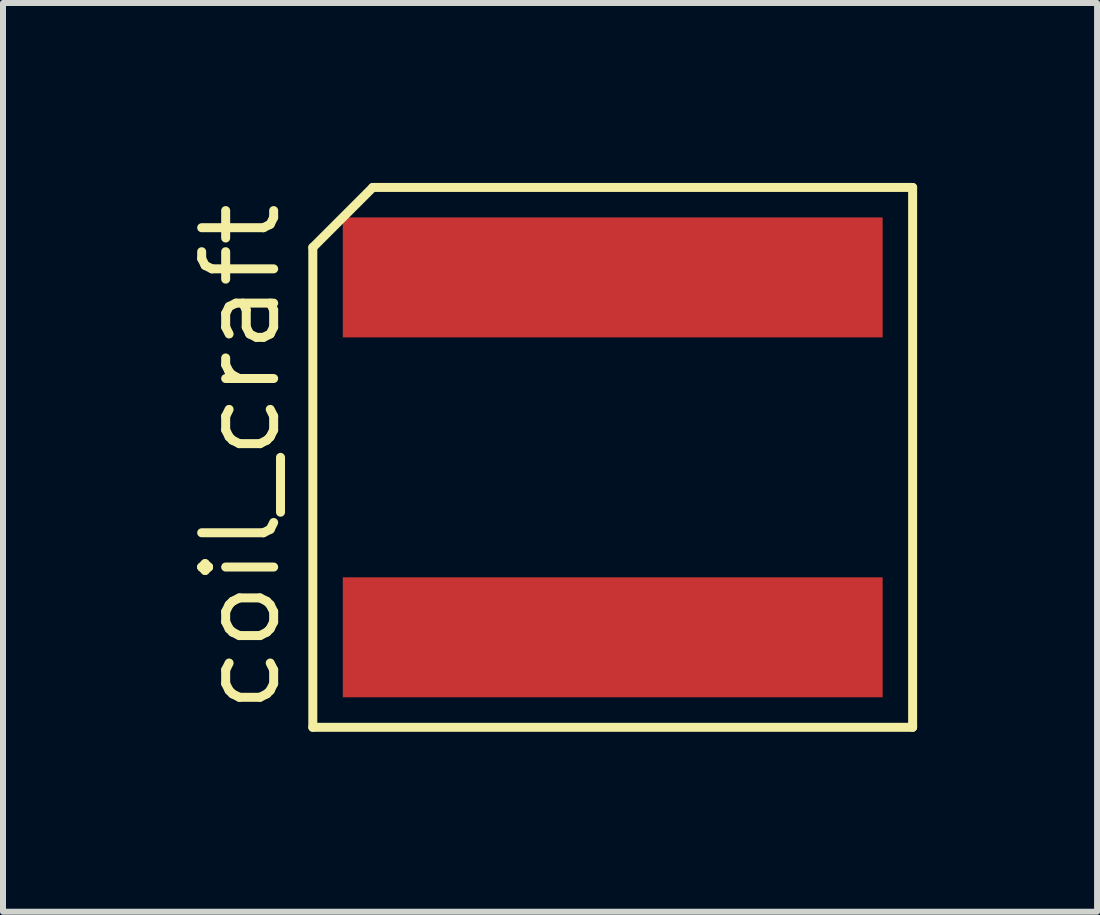
<source format=kicad_pcb>
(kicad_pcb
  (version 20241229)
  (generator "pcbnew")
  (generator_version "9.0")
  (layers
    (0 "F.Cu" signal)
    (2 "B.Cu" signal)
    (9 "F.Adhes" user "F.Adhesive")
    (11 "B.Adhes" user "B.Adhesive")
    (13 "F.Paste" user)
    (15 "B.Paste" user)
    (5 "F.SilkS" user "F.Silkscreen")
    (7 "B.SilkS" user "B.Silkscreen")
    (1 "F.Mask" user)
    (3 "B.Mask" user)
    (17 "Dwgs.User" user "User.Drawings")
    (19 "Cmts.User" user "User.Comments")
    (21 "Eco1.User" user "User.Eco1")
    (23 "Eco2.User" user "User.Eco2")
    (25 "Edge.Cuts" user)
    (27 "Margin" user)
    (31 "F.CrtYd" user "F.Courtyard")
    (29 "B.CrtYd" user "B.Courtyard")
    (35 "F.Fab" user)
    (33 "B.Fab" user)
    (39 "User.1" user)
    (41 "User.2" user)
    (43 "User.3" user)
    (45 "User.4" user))
  (footprint "coil_craft"
    (layer "F.Cu")
    (at 7.165 4.575)
    (property "Reference" "coil_craft" (at -6.2 0 90) (layer "F.SilkS") (effects (font (size 1.2 1.2) (thickness 0.15))))
    (attr through_hole)
    (fp_line (start -5 -3.5) (end -5 4.5) (stroke (width 0.15) (type solid)) (layer "F.SilkS"))
    (fp_line (start -5 4.5) (end 5 4.5) (stroke (width 0.15) (type solid)) (layer "F.SilkS"))
    (fp_line (start -4 -4.5) (end -5 -3.5) (stroke (width 0.15) (type solid)) (layer "F.SilkS"))
    (fp_line (start 5 -4.5) (end -4 -4.5) (stroke (width 0.15) (type solid)) (layer "F.SilkS"))
    (fp_line (start 5 4.5) (end 5 -4.5) (stroke (width 0.15) (type solid)) (layer "F.SilkS"))
    (pad "1" smd rect (at 0 3) (size 9 2) (layers "F.Cu" "F.Mask" "F.Paste"))
    (pad "2" smd rect (at 0 -3) (size 9 2) (layers "F.Cu" "F.Mask" "F.Paste")))
  (gr_rect
    (start -3 -3)
    (end 15.24 12.15)
    (stroke (width 0.1) (type default))
    (fill no)
    (layer "Edge.Cuts")))
</source>
